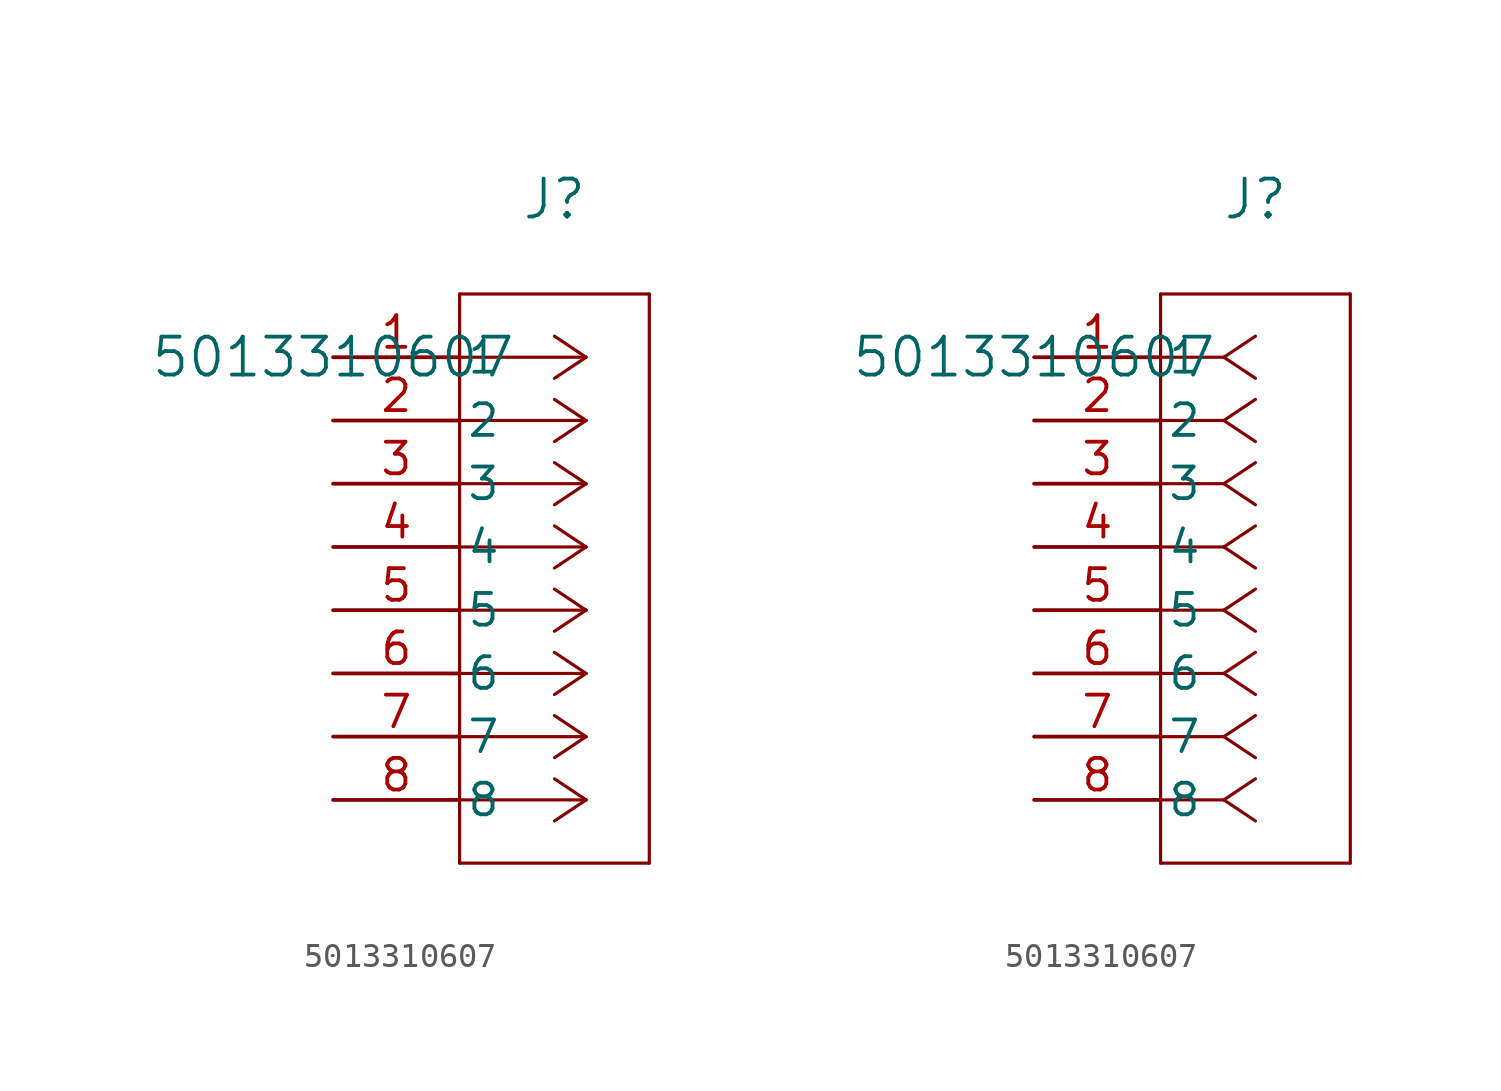
<source format=kicad_sym>
(kicad_symbol_lib
  (version 20211014)
  (generator kicad_symbol_editor)
  (symbol "5013310607"
    (pin_names
      (offset 0.254))
    (property "Reference" "J"
      (at 8.89 6.35 0)
      (effects (font (size 1.524 1.524))))
    (property "Value" "5013310607"
      (at 0 0 0)
      (effects (font (size 1.524 1.524))))
    (symbol "5013310607_1_1"
      (polyline (pts (xy 10.16 0) (xy 5.08 0)) (stroke (width 0.127) (type default) (color 0 0 0 0)) (fill (type none)))
      (polyline (pts (xy 10.16 -2.54) (xy 5.08 -2.54)) (stroke (width 0.127) (type default) (color 0 0 0 0)) (fill (type none)))
      (polyline (pts (xy 10.16 -5.08) (xy 5.08 -5.08)) (stroke (width 0.127) (type default) (color 0 0 0 0)) (fill (type none)))
      (polyline (pts (xy 10.16 -7.62) (xy 5.08 -7.62)) (stroke (width 0.127) (type default) (color 0 0 0 0)) (fill (type none)))
      (polyline (pts (xy 10.16 -10.16) (xy 5.08 -10.16)) (stroke (width 0.127) (type default) (color 0 0 0 0)) (fill (type none)))
      (polyline (pts (xy 10.16 -12.7) (xy 5.08 -12.7)) (stroke (width 0.127) (type default) (color 0 0 0 0)) (fill (type none)))
      (polyline (pts (xy 10.16 -15.24) (xy 5.08 -15.24)) (stroke (width 0.127) (type default) (color 0 0 0 0)) (fill (type none)))
      (polyline (pts (xy 10.16 -17.78) (xy 5.08 -17.78)) (stroke (width 0.127) (type default) (color 0 0 0 0)) (fill (type none)))
      (polyline (pts (xy 10.16 0) (xy 8.89 0.847)) (stroke (width 0.127) (type default) (color 0 0 0 0)) (fill (type none)))
      (polyline (pts (xy 10.16 -2.54) (xy 8.89 -1.693)) (stroke (width 0.127) (type default) (color 0 0 0 0)) (fill (type none)))
      (polyline (pts (xy 10.16 -5.08) (xy 8.89 -4.233)) (stroke (width 0.127) (type default) (color 0 0 0 0)) (fill (type none)))
      (polyline (pts (xy 10.16 -7.62) (xy 8.89 -6.773)) (stroke (width 0.127) (type default) (color 0 0 0 0)) (fill (type none)))
      (polyline (pts (xy 10.16 -10.16) (xy 8.89 -9.313)) (stroke (width 0.127) (type default) (color 0 0 0 0)) (fill (type none)))
      (polyline (pts (xy 10.16 -12.7) (xy 8.89 -11.853)) (stroke (width 0.127) (type default) (color 0 0 0 0)) (fill (type none)))
      (polyline (pts (xy 10.16 -15.24) (xy 8.89 -14.393)) (stroke (width 0.127) (type default) (color 0 0 0 0)) (fill (type none)))
      (polyline (pts (xy 10.16 -17.78) (xy 8.89 -16.933)) (stroke (width 0.127) (type default) (color 0 0 0 0)) (fill (type none)))
      (polyline (pts (xy 10.16 0) (xy 8.89 -0.847)) (stroke (width 0.127) (type default) (color 0 0 0 0)) (fill (type none)))
      (polyline (pts (xy 10.16 -2.54) (xy 8.89 -3.387)) (stroke (width 0.127) (type default) (color 0 0 0 0)) (fill (type none)))
      (polyline (pts (xy 10.16 -5.08) (xy 8.89 -5.927)) (stroke (width 0.127) (type default) (color 0 0 0 0)) (fill (type none)))
      (polyline (pts (xy 10.16 -7.62) (xy 8.89 -8.467)) (stroke (width 0.127) (type default) (color 0 0 0 0)) (fill (type none)))
      (polyline (pts (xy 10.16 -10.16) (xy 8.89 -11.007)) (stroke (width 0.127) (type default) (color 0 0 0 0)) (fill (type none)))
      (polyline (pts (xy 10.16 -12.7) (xy 8.89 -13.547)) (stroke (width 0.127) (type default) (color 0 0 0 0)) (fill (type none)))
      (polyline (pts (xy 10.16 -15.24) (xy 8.89 -16.087)) (stroke (width 0.127) (type default) (color 0 0 0 0)) (fill (type none)))
      (polyline (pts (xy 10.16 -17.78) (xy 8.89 -18.627)) (stroke (width 0.127) (type default) (color 0 0 0 0)) (fill (type none)))
      (polyline (pts (xy 5.08 2.54) (xy 5.08 -20.32)) (stroke (width 0.127) (type default) (color 0 0 0 0)) (fill (type none)))
      (polyline (pts (xy 5.08 -20.32) (xy 12.7 -20.32)) (stroke (width 0.127) (type default) (color 0 0 0 0)) (fill (type none)))
      (polyline (pts (xy 12.7 -20.32) (xy 12.7 2.54)) (stroke (width 0.127) (type default) (color 0 0 0 0)) (fill (type none)))
      (polyline (pts (xy 12.7 2.54) (xy 5.08 2.54)) (stroke (width 0.127) (type default) (color 0 0 0 0)) (fill (type none)))
      (pin unspecified line (at 0 0 0) (length 5.08) (name "1" (effects (font (size 1.27 1.27)))) (number "1" (effects (font (size 1.27 1.27)))))
      (pin unspecified line (at 0 -2.54 0) (length 5.08) (name "2" (effects (font (size 1.27 1.27)))) (number "2" (effects (font (size 1.27 1.27)))))
      (pin unspecified line (at 0 -5.08 0) (length 5.08) (name "3" (effects (font (size 1.27 1.27)))) (number "3" (effects (font (size 1.27 1.27)))))
      (pin unspecified line (at 0 -7.62 0) (length 5.08) (name "4" (effects (font (size 1.27 1.27)))) (number "4" (effects (font (size 1.27 1.27)))))
      (pin unspecified line (at 0 -10.16 0) (length 5.08) (name "5" (effects (font (size 1.27 1.27)))) (number "5" (effects (font (size 1.27 1.27)))))
      (pin unspecified line (at 0 -12.7 0) (length 5.08) (name "6" (effects (font (size 1.27 1.27)))) (number "6" (effects (font (size 1.27 1.27)))))
      (pin unspecified line (at 0 -15.24 0) (length 5.08) (name "7" (effects (font (size 1.27 1.27)))) (number "7" (effects (font (size 1.27 1.27)))))
      (pin unspecified line (at 0 -17.78 0) (length 5.08) (name "8" (effects (font (size 1.27 1.27)))) (number "8" (effects (font (size 1.27 1.27))))))
    (symbol "5013310607_1_2"
      (polyline (pts (xy 7.62 0) (xy 5.08 0)) (stroke (width 0.127) (type default) (color 0 0 0 0)) (fill (type none)))
      (polyline (pts (xy 7.62 -2.54) (xy 5.08 -2.54)) (stroke (width 0.127) (type default) (color 0 0 0 0)) (fill (type none)))
      (polyline (pts (xy 7.62 -5.08) (xy 5.08 -5.08)) (stroke (width 0.127) (type default) (color 0 0 0 0)) (fill (type none)))
      (polyline (pts (xy 7.62 -7.62) (xy 5.08 -7.62)) (stroke (width 0.127) (type default) (color 0 0 0 0)) (fill (type none)))
      (polyline (pts (xy 7.62 -10.16) (xy 5.08 -10.16)) (stroke (width 0.127) (type default) (color 0 0 0 0)) (fill (type none)))
      (polyline (pts (xy 7.62 -12.7) (xy 5.08 -12.7)) (stroke (width 0.127) (type default) (color 0 0 0 0)) (fill (type none)))
      (polyline (pts (xy 7.62 -15.24) (xy 5.08 -15.24)) (stroke (width 0.127) (type default) (color 0 0 0 0)) (fill (type none)))
      (polyline (pts (xy 7.62 -17.78) (xy 5.08 -17.78)) (stroke (width 0.127) (type default) (color 0 0 0 0)) (fill (type none)))
      (polyline (pts (xy 7.62 0) (xy 8.89 0.847)) (stroke (width 0.127) (type default) (color 0 0 0 0)) (fill (type none)))
      (polyline (pts (xy 7.62 -2.54) (xy 8.89 -1.693)) (stroke (width 0.127) (type default) (color 0 0 0 0)) (fill (type none)))
      (polyline (pts (xy 7.62 -5.08) (xy 8.89 -4.233)) (stroke (width 0.127) (type default) (color 0 0 0 0)) (fill (type none)))
      (polyline (pts (xy 7.62 -7.62) (xy 8.89 -6.773)) (stroke (width 0.127) (type default) (color 0 0 0 0)) (fill (type none)))
      (polyline (pts (xy 7.62 -10.16) (xy 8.89 -9.313)) (stroke (width 0.127) (type default) (color 0 0 0 0)) (fill (type none)))
      (polyline (pts (xy 7.62 -12.7) (xy 8.89 -11.853)) (stroke (width 0.127) (type default) (color 0 0 0 0)) (fill (type none)))
      (polyline (pts (xy 7.62 -15.24) (xy 8.89 -14.393)) (stroke (width 0.127) (type default) (color 0 0 0 0)) (fill (type none)))
      (polyline (pts (xy 7.62 -17.78) (xy 8.89 -16.933)) (stroke (width 0.127) (type default) (color 0 0 0 0)) (fill (type none)))
      (polyline (pts (xy 7.62 0) (xy 8.89 -0.847)) (stroke (width 0.127) (type default) (color 0 0 0 0)) (fill (type none)))
      (polyline (pts (xy 7.62 -2.54) (xy 8.89 -3.387)) (stroke (width 0.127) (type default) (color 0 0 0 0)) (fill (type none)))
      (polyline (pts (xy 7.62 -5.08) (xy 8.89 -5.927)) (stroke (width 0.127) (type default) (color 0 0 0 0)) (fill (type none)))
      (polyline (pts (xy 7.62 -7.62) (xy 8.89 -8.467)) (stroke (width 0.127) (type default) (color 0 0 0 0)) (fill (type none)))
      (polyline (pts (xy 7.62 -10.16) (xy 8.89 -11.007)) (stroke (width 0.127) (type default) (color 0 0 0 0)) (fill (type none)))
      (polyline (pts (xy 7.62 -12.7) (xy 8.89 -13.547)) (stroke (width 0.127) (type default) (color 0 0 0 0)) (fill (type none)))
      (polyline (pts (xy 7.62 -15.24) (xy 8.89 -16.087)) (stroke (width 0.127) (type default) (color 0 0 0 0)) (fill (type none)))
      (polyline (pts (xy 7.62 -17.78) (xy 8.89 -18.627)) (stroke (width 0.127) (type default) (color 0 0 0 0)) (fill (type none)))
      (polyline (pts (xy 5.08 2.54) (xy 5.08 -20.32)) (stroke (width 0.127) (type default) (color 0 0 0 0)) (fill (type none)))
      (polyline (pts (xy 5.08 -20.32) (xy 12.7 -20.32)) (stroke (width 0.127) (type default) (color 0 0 0 0)) (fill (type none)))
      (polyline (pts (xy 12.7 -20.32) (xy 12.7 2.54)) (stroke (width 0.127) (type default) (color 0 0 0 0)) (fill (type none)))
      (polyline (pts (xy 12.7 2.54) (xy 5.08 2.54)) (stroke (width 0.127) (type default) (color 0 0 0 0)) (fill (type none)))
      (pin unspecified line (at 0 0 0) (length 5.08) (name "1" (effects (font (size 1.27 1.27)))) (number "1" (effects (font (size 1.27 1.27)))))
      (pin unspecified line (at 0 -2.54 0) (length 5.08) (name "2" (effects (font (size 1.27 1.27)))) (number "2" (effects (font (size 1.27 1.27)))))
      (pin unspecified line (at 0 -5.08 0) (length 5.08) (name "3" (effects (font (size 1.27 1.27)))) (number "3" (effects (font (size 1.27 1.27)))))
      (pin unspecified line (at 0 -7.62 0) (length 5.08) (name "4" (effects (font (size 1.27 1.27)))) (number "4" (effects (font (size 1.27 1.27)))))
      (pin unspecified line (at 0 -10.16 0) (length 5.08) (name "5" (effects (font (size 1.27 1.27)))) (number "5" (effects (font (size 1.27 1.27)))))
      (pin unspecified line (at 0 -12.7 0) (length 5.08) (name "6" (effects (font (size 1.27 1.27)))) (number "6" (effects (font (size 1.27 1.27)))))
      (pin unspecified line (at 0 -15.24 0) (length 5.08) (name "7" (effects (font (size 1.27 1.27)))) (number "7" (effects (font (size 1.27 1.27)))))
      (pin unspecified line (at 0 -17.78 0) (length 5.08) (name "8" (effects (font (size 1.27 1.27)))) (number "8" (effects (font (size 1.27 1.27))))))))
</source>
